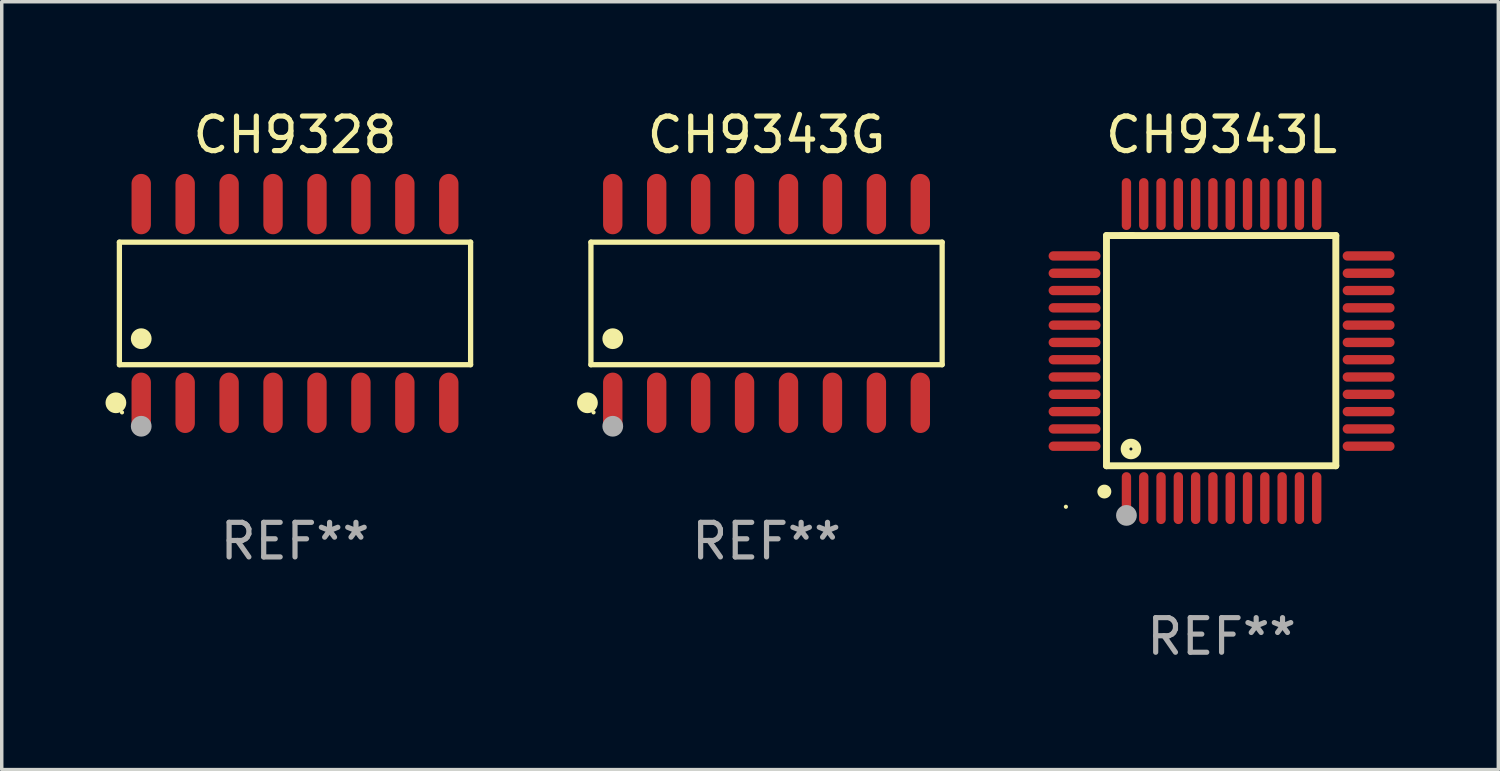
<source format=kicad_pcb>
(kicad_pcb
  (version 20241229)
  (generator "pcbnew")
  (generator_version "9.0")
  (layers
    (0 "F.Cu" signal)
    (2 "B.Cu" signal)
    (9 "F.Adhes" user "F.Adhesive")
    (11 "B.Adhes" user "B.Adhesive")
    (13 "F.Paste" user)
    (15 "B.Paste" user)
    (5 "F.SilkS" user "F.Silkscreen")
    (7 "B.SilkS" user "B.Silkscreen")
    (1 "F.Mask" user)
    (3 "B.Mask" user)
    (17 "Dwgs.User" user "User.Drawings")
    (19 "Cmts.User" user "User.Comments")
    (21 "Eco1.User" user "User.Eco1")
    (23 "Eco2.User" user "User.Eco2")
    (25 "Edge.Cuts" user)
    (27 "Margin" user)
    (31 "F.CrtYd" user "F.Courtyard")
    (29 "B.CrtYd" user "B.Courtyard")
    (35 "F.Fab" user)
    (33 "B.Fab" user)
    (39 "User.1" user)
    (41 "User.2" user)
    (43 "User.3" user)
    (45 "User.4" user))
  (footprint "CH9343G"
    (layer "F.Cu")
    (at 19.107 5.721)
    (property "Reference" "CH9343G" (at 0 -4.872 0) (layer "F.SilkS") (effects (font (size 1 1) (thickness 0.15))))
    (attr through_hole)
    (fp_line (start -5.076 -1.771) (end 5.076 -1.771) (stroke (width 0.152) (type solid)) (layer "F.SilkS"))
    (fp_line (start -5.076 1.771) (end -5.076 -1.771) (stroke (width 0.152) (type solid)) (layer "F.SilkS"))
    (fp_line (start 5.076 -1.771) (end 5.076 1.771) (stroke (width 0.152) (type solid)) (layer "F.SilkS"))
    (fp_line (start 5.076 1.771) (end -5.076 1.771) (stroke (width 0.152) (type solid)) (layer "F.SilkS"))
    (fp_circle (center -5.177 2.872) (end -5.027 2.872) (stroke (width 0.3) (type solid)) (fill no) (layer "F.SilkS"))
    (fp_circle (center -5 3.15) (end -4.97 3.15) (stroke (width 0.06) (type solid)) (fill no) (layer "F.SilkS"))
    (fp_circle (center -4.445 1.019) (end -4.295 1.019) (stroke (width 0.3) (type solid)) (fill no) (layer "F.SilkS"))
    (fp_circle (center -4.445 3.55) (end -4.295 3.55) (stroke (width 0.3) (type solid)) (fill no) (layer "F.Fab"))
    (fp_text user "REF**" (at 0 6.872 0) (layer "F.Fab") (effects (font (size 1 1) (thickness 0.15))))
    (pad "1" smd oval (at -4.445 2.872) (size 0.56 1.745) (layers "F.Cu" "F.Mask" "F.Paste"))
    (pad "2" smd oval (at -3.175 2.872) (size 0.56 1.745) (layers "F.Cu" "F.Mask" "F.Paste"))
    (pad "3" smd oval (at -1.905 2.872) (size 0.56 1.745) (layers "F.Cu" "F.Mask" "F.Paste"))
    (pad "4" smd oval (at -0.635 2.872) (size 0.56 1.745) (layers "F.Cu" "F.Mask" "F.Paste"))
    (pad "5" smd oval (at 0.635 2.872) (size 0.56 1.745) (layers "F.Cu" "F.Mask" "F.Paste"))
    (pad "6" smd oval (at 1.905 2.872) (size 0.56 1.745) (layers "F.Cu" "F.Mask" "F.Paste"))
    (pad "7" smd oval (at 3.175 2.872) (size 0.56 1.745) (layers "F.Cu" "F.Mask" "F.Paste"))
    (pad "8" smd oval (at 4.445 2.872) (size 0.56 1.745) (layers "F.Cu" "F.Mask" "F.Paste"))
    (pad "9" smd oval (at 4.445 -2.872) (size 0.56 1.745) (layers "F.Cu" "F.Mask" "F.Paste"))
    (pad "10" smd oval (at 3.175 -2.872) (size 0.56 1.745) (layers "F.Cu" "F.Mask" "F.Paste"))
    (pad "11" smd oval (at 1.905 -2.872) (size 0.56 1.745) (layers "F.Cu" "F.Mask" "F.Paste"))
    (pad "12" smd oval (at 0.635 -2.872) (size 0.56 1.745) (layers "F.Cu" "F.Mask" "F.Paste"))
    (pad "13" smd oval (at -0.635 -2.872) (size 0.56 1.745) (layers "F.Cu" "F.Mask" "F.Paste"))
    (pad "14" smd oval (at -1.905 -2.872) (size 0.56 1.745) (layers "F.Cu" "F.Mask" "F.Paste"))
    (pad "15" smd oval (at -3.175 -2.872) (size 0.56 1.745) (layers "F.Cu" "F.Mask" "F.Paste"))
    (pad "16" smd oval (at -4.445 -2.872) (size 0.56 1.745) (layers "F.Cu" "F.Mask" "F.Paste")))
  (footprint "CH9328"
    (layer "F.Cu")
    (at 5.477 5.721)
    (property "Reference" "CH9328" (at 0 -4.872 0) (layer "F.SilkS") (effects (font (size 1 1) (thickness 0.15))))
    (attr through_hole)
    (fp_line (start -5.076 -1.771) (end 5.076 -1.771) (stroke (width 0.152) (type solid)) (layer "F.SilkS"))
    (fp_line (start -5.076 1.771) (end -5.076 -1.771) (stroke (width 0.152) (type solid)) (layer "F.SilkS"))
    (fp_line (start 5.076 -1.771) (end 5.076 1.771) (stroke (width 0.152) (type solid)) (layer "F.SilkS"))
    (fp_line (start 5.076 1.771) (end -5.076 1.771) (stroke (width 0.152) (type solid)) (layer "F.SilkS"))
    (fp_circle (center -5.177 2.872) (end -5.027 2.872) (stroke (width 0.3) (type solid)) (fill no) (layer "F.SilkS"))
    (fp_circle (center -5 3.15) (end -4.97 3.15) (stroke (width 0.06) (type solid)) (fill no) (layer "F.SilkS"))
    (fp_circle (center -4.445 1.019) (end -4.295 1.019) (stroke (width 0.3) (type solid)) (fill no) (layer "F.SilkS"))
    (fp_circle (center -4.445 3.55) (end -4.295 3.55) (stroke (width 0.3) (type solid)) (fill no) (layer "F.Fab"))
    (fp_text user "REF**" (at 0 6.872 0) (layer "F.Fab") (effects (font (size 1 1) (thickness 0.15))))
    (pad "1" smd oval (at -4.445 2.872) (size 0.56 1.745) (layers "F.Cu" "F.Mask" "F.Paste"))
    (pad "2" smd oval (at -3.175 2.872) (size 0.56 1.745) (layers "F.Cu" "F.Mask" "F.Paste"))
    (pad "3" smd oval (at -1.905 2.872) (size 0.56 1.745) (layers "F.Cu" "F.Mask" "F.Paste"))
    (pad "4" smd oval (at -0.635 2.872) (size 0.56 1.745) (layers "F.Cu" "F.Mask" "F.Paste"))
    (pad "5" smd oval (at 0.635 2.872) (size 0.56 1.745) (layers "F.Cu" "F.Mask" "F.Paste"))
    (pad "6" smd oval (at 1.905 2.872) (size 0.56 1.745) (layers "F.Cu" "F.Mask" "F.Paste"))
    (pad "7" smd oval (at 3.175 2.872) (size 0.56 1.745) (layers "F.Cu" "F.Mask" "F.Paste"))
    (pad "8" smd oval (at 4.445 2.872) (size 0.56 1.745) (layers "F.Cu" "F.Mask" "F.Paste"))
    (pad "9" smd oval (at 4.445 -2.872) (size 0.56 1.745) (layers "F.Cu" "F.Mask" "F.Paste"))
    (pad "10" smd oval (at 3.175 -2.872) (size 0.56 1.745) (layers "F.Cu" "F.Mask" "F.Paste"))
    (pad "11" smd oval (at 1.905 -2.872) (size 0.56 1.745) (layers "F.Cu" "F.Mask" "F.Paste"))
    (pad "12" smd oval (at 0.635 -2.872) (size 0.56 1.745) (layers "F.Cu" "F.Mask" "F.Paste"))
    (pad "13" smd oval (at -0.635 -2.872) (size 0.56 1.745) (layers "F.Cu" "F.Mask" "F.Paste"))
    (pad "14" smd oval (at -1.905 -2.872) (size 0.56 1.745) (layers "F.Cu" "F.Mask" "F.Paste"))
    (pad "15" smd oval (at -3.175 -2.872) (size 0.56 1.745) (layers "F.Cu" "F.Mask" "F.Paste"))
    (pad "16" smd oval (at -4.445 -2.872) (size 0.56 1.745) (layers "F.Cu" "F.Mask" "F.Paste")))
  (footprint "CH9343L"
    (layer "F.Cu")
    (at 32.26 7.098)
    (property "Reference" "CH9343L" (at 0 -6.25 0) (layer "F.SilkS") (effects (font (size 1 1) (thickness 0.15))))
    (attr through_hole)
    (fp_line (start -3.327 -3.34) (end -2.565 -3.34) (stroke (width 0.2) (type solid)) (layer "F.SilkS"))
    (fp_line (start -3.327 3.315) (end -3.327 -3.34) (stroke (width 0.2) (type solid)) (layer "F.SilkS"))
    (fp_line (start -2.896 -3.34) (end 3.302 -3.34) (stroke (width 0.2) (type solid)) (layer "F.SilkS"))
    (fp_line (start 3.302 -3.34) (end 3.302 3.315) (stroke (width 0.2) (type solid)) (layer "F.SilkS"))
    (fp_line (start 3.302 3.315) (end -3.327 3.315) (stroke (width 0.2) (type solid)) (layer "F.SilkS"))
    (fp_arc (start -3.389992 4.059995) (mid -3.388722 4.059991) (end -3.387452 4.059995) (stroke (width 0.4) (type solid)) (layer "F.SilkS"))
    (fp_circle (center -4.5 4.5) (end -4.47 4.5) (stroke (width 0.06) (type solid)) (fill no) (layer "F.SilkS"))
    (fp_circle (center -2.62 2.83) (end -2.45 2.83) (stroke (width 0.254) (type solid)) (fill no) (layer "F.SilkS"))
    (fp_circle (center -2.75 4.75) (end -2.6 4.75) (stroke (width 0.3) (type solid)) (fill no) (layer "F.Fab"))
    (fp_text user "REF**" (at 0 8.25 0) (layer "F.Fab") (effects (font (size 1 1) (thickness 0.15))))
    (pad "1" smd oval (at -2.75 4.25) (size 0.27 1.5) (layers "F.Cu" "F.Mask" "F.Paste"))
    (pad "2" smd oval (at -2.25 4.25) (size 0.27 1.5) (layers "F.Cu" "F.Mask" "F.Paste"))
    (pad "3" smd oval (at -1.75 4.25) (size 0.27 1.5) (layers "F.Cu" "F.Mask" "F.Paste"))
    (pad "4" smd oval (at -1.25 4.25) (size 0.27 1.5) (layers "F.Cu" "F.Mask" "F.Paste"))
    (pad "5" smd oval (at -0.75 4.25) (size 0.27 1.5) (layers "F.Cu" "F.Mask" "F.Paste"))
    (pad "6" smd oval (at -0.25 4.25) (size 0.27 1.5) (layers "F.Cu" "F.Mask" "F.Paste"))
    (pad "7" smd oval (at 0.25 4.25) (size 0.27 1.5) (layers "F.Cu" "F.Mask" "F.Paste"))
    (pad "8" smd oval (at 0.75 4.25) (size 0.27 1.5) (layers "F.Cu" "F.Mask" "F.Paste"))
    (pad "9" smd oval (at 1.25 4.25) (size 0.27 1.5) (layers "F.Cu" "F.Mask" "F.Paste"))
    (pad "10" smd oval (at 1.75 4.25) (size 0.27 1.5) (layers "F.Cu" "F.Mask" "F.Paste"))
    (pad "11" smd oval (at 2.25 4.25) (size 0.27 1.5) (layers "F.Cu" "F.Mask" "F.Paste"))
    (pad "12" smd oval (at 2.75 4.25) (size 0.27 1.5) (layers "F.Cu" "F.Mask" "F.Paste"))
    (pad "13" smd oval (at 4.25 2.75) (size 1.5 0.27) (layers "F.Cu" "F.Mask" "F.Paste"))
    (pad "14" smd oval (at 4.25 2.25) (size 1.5 0.27) (layers "F.Cu" "F.Mask" "F.Paste"))
    (pad "15" smd oval (at 4.25 1.75) (size 1.5 0.27) (layers "F.Cu" "F.Mask" "F.Paste"))
    (pad "16" smd oval (at 4.25 1.25) (size 1.5 0.27) (layers "F.Cu" "F.Mask" "F.Paste"))
    (pad "17" smd oval (at 4.25 0.75) (size 1.5 0.27) (layers "F.Cu" "F.Mask" "F.Paste"))
    (pad "18" smd oval (at 4.25 0.25) (size 1.5 0.27) (layers "F.Cu" "F.Mask" "F.Paste"))
    (pad "19" smd oval (at 4.25 -0.25) (size 1.5 0.27) (layers "F.Cu" "F.Mask" "F.Paste"))
    (pad "20" smd oval (at 4.25 -0.75) (size 1.5 0.27) (layers "F.Cu" "F.Mask" "F.Paste"))
    (pad "21" smd oval (at 4.25 -1.25) (size 1.5 0.27) (layers "F.Cu" "F.Mask" "F.Paste"))
    (pad "22" smd oval (at 4.25 -1.75) (size 1.5 0.27) (layers "F.Cu" "F.Mask" "F.Paste"))
    (pad "23" smd oval (at 4.25 -2.25) (size 1.5 0.27) (layers "F.Cu" "F.Mask" "F.Paste"))
    (pad "24" smd oval (at 4.25 -2.75) (size 1.5 0.27) (layers "F.Cu" "F.Mask" "F.Paste"))
    (pad "25" smd oval (at 2.75 -4.25) (size 0.27 1.5) (layers "F.Cu" "F.Mask" "F.Paste"))
    (pad "26" smd oval (at 2.25 -4.25) (size 0.27 1.5) (layers "F.Cu" "F.Mask" "F.Paste"))
    (pad "27" smd oval (at 1.75 -4.25) (size 0.27 1.5) (layers "F.Cu" "F.Mask" "F.Paste"))
    (pad "28" smd oval (at 1.25 -4.25) (size 0.27 1.5) (layers "F.Cu" "F.Mask" "F.Paste"))
    (pad "29" smd oval (at 0.75 -4.25) (size 0.27 1.5) (layers "F.Cu" "F.Mask" "F.Paste"))
    (pad "30" smd oval (at 0.25 -4.25) (size 0.27 1.5) (layers "F.Cu" "F.Mask" "F.Paste"))
    (pad "31" smd oval (at -0.25 -4.25) (size 0.27 1.5) (layers "F.Cu" "F.Mask" "F.Paste"))
    (pad "32" smd oval (at -0.75 -4.25) (size 0.27 1.5) (layers "F.Cu" "F.Mask" "F.Paste"))
    (pad "33" smd oval (at -1.25 -4.25) (size 0.27 1.5) (layers "F.Cu" "F.Mask" "F.Paste"))
    (pad "34" smd oval (at -1.75 -4.25) (size 0.27 1.5) (layers "F.Cu" "F.Mask" "F.Paste"))
    (pad "35" smd oval (at -2.25 -4.25) (size 0.27 1.5) (layers "F.Cu" "F.Mask" "F.Paste"))
    (pad "36" smd oval (at -2.75 -4.25) (size 0.27 1.5) (layers "F.Cu" "F.Mask" "F.Paste"))
    (pad "37" smd oval (at -4.25 -2.75) (size 1.5 0.27) (layers "F.Cu" "F.Mask" "F.Paste"))
    (pad "38" smd oval (at -4.25 -2.25) (size 1.5 0.27) (layers "F.Cu" "F.Mask" "F.Paste"))
    (pad "39" smd oval (at -4.25 -1.75) (size 1.5 0.27) (layers "F.Cu" "F.Mask" "F.Paste"))
    (pad "40" smd oval (at -4.25 -1.25) (size 1.5 0.27) (layers "F.Cu" "F.Mask" "F.Paste"))
    (pad "41" smd oval (at -4.25 -0.75) (size 1.5 0.27) (layers "F.Cu" "F.Mask" "F.Paste"))
    (pad "42" smd oval (at -4.25 -0.25) (size 1.5 0.27) (layers "F.Cu" "F.Mask" "F.Paste"))
    (pad "43" smd oval (at -4.25 0.25) (size 1.5 0.27) (layers "F.Cu" "F.Mask" "F.Paste"))
    (pad "44" smd oval (at -4.25 0.75) (size 1.5 0.27) (layers "F.Cu" "F.Mask" "F.Paste"))
    (pad "45" smd oval (at -4.25 1.25) (size 1.5 0.27) (layers "F.Cu" "F.Mask" "F.Paste"))
    (pad "46" smd oval (at -4.25 1.75) (size 1.5 0.27) (layers "F.Cu" "F.Mask" "F.Paste"))
    (pad "47" smd oval (at -4.25 2.25) (size 1.5 0.27) (layers "F.Cu" "F.Mask" "F.Paste"))
    (pad "48" smd oval (at -4.25 2.75) (size 1.5 0.27) (layers "F.Cu" "F.Mask" "F.Paste")))
  (gr_rect
    (start -3 -3)
    (end 40.259 19.196)
    (stroke (width 0.1) (type default))
    (fill no)
    (layer "Edge.Cuts")))
</source>
